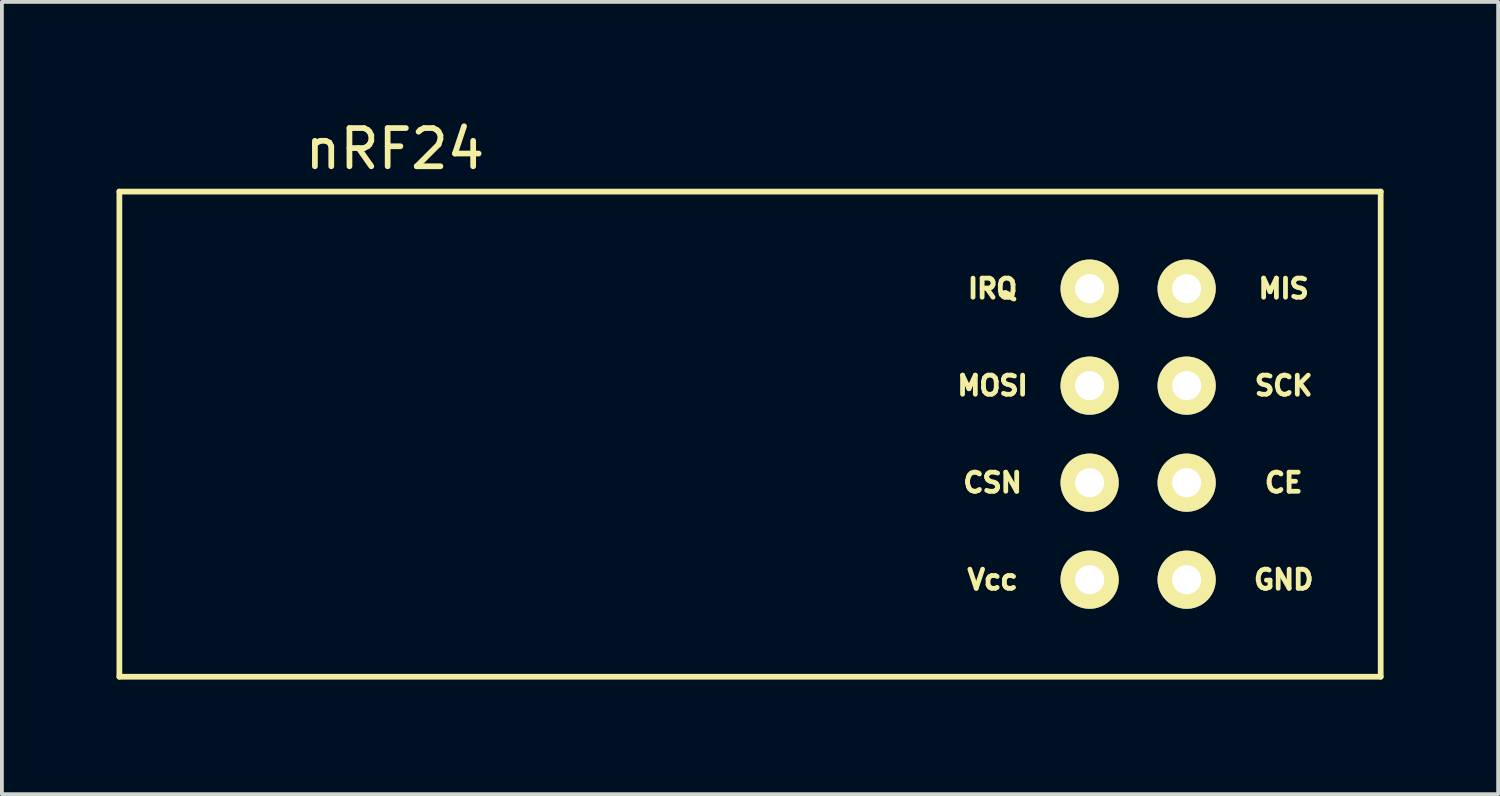
<source format=kicad_pcb>
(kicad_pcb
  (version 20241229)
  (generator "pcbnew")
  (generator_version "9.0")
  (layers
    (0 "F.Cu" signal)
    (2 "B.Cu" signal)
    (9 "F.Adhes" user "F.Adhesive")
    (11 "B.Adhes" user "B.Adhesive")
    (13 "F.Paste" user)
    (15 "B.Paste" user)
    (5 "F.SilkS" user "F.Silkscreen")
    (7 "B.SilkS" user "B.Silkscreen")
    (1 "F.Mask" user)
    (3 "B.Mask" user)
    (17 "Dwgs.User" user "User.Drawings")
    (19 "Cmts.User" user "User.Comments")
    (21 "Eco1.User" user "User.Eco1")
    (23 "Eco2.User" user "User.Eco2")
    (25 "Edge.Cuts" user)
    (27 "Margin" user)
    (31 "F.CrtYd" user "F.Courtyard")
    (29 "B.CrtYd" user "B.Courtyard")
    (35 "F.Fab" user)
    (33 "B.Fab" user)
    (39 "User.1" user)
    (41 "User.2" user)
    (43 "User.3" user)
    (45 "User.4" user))
  (footprint "nRF24"
    (layer "F.Cu")
    (at 20.395 9.586)
    (property "Reference" "nRF24" (at -13.106 -8.738 0) (layer "F.SilkS") (effects (font (size 1 1) (thickness 0.15))))
    (attr through_hole)
    (fp_line (start -20.32 -7.62) (end 12.7 -7.62) (stroke (width 0.15) (type solid)) (layer "F.SilkS"))
    (fp_line (start -20.32 5.08) (end -20.32 -7.62) (stroke (width 0.15) (type solid)) (layer "F.SilkS"))
    (fp_line (start 12.7 -7.62) (end 12.7 5.08) (stroke (width 0.15) (type solid)) (layer "F.SilkS"))
    (fp_line (start 12.7 5.08) (end -20.32 5.08) (stroke (width 0.15) (type solid)) (layer "F.SilkS"))
    (fp_text user "MIS" (at 10.16 -5.08 0) (layer "F.SilkS") (effects (font (size 0.5 0.5) (thickness 0.125))))
    (fp_text user "MOSI" (at 2.54 -2.54 0) (layer "F.SilkS") (effects (font (size 0.5 0.5) (thickness 0.125))))
    (fp_text user "CE" (at 10.16 0 0) (layer "F.SilkS") (effects (font (size 0.5 0.5) (thickness 0.125))))
    (fp_text user "IRQ" (at 2.54 -5.08 0) (layer "F.SilkS") (effects (font (size 0.5 0.5) (thickness 0.125))))
    (fp_text user "CSN" (at 2.54 0 0) (layer "F.SilkS") (effects (font (size 0.5 0.5) (thickness 0.125))))
    (fp_text user "SCK" (at 10.16 -2.54 0) (layer "F.SilkS") (effects (font (size 0.5 0.5) (thickness 0.125))))
    (fp_text user "Vcc" (at 2.54 2.54 0) (layer "F.SilkS") (effects (font (size 0.5 0.5) (thickness 0.125))))
    (fp_text user "GND" (at 10.16 2.54 0) (layer "F.SilkS") (effects (font (size 0.5 0.5) (thickness 0.125))))
    (pad "0" thru_hole circle (at 7.62 2.54) (size 1.524 1.524) (drill 0.762) (layers "*.Cu" "*.Mask" "F.SilkS"))
    (pad "1" thru_hole circle (at 7.62 0) (size 1.524 1.524) (drill 0.762) (layers "*.Cu" "*.Mask" "F.SilkS"))
    (pad "2" thru_hole circle (at 7.62 -2.54) (size 1.524 1.524) (drill 0.762) (layers "*.Cu" "*.Mask" "F.SilkS"))
    (pad "3" thru_hole circle (at 7.62 -5.08) (size 1.524 1.524) (drill 0.762) (layers "*.Cu" "*.Mask" "F.SilkS"))
    (pad "4" thru_hole circle (at 5.08 -5.08) (size 1.524 1.524) (drill 0.762) (layers "*.Cu" "*.Mask" "F.SilkS"))
    (pad "5" thru_hole circle (at 5.08 -2.54) (size 1.524 1.524) (drill 0.762) (layers "*.Cu" "*.Mask" "F.SilkS"))
    (pad "6" thru_hole circle (at 5.08 0) (size 1.524 1.524) (drill 0.762) (layers "*.Cu" "*.Mask" "F.SilkS"))
    (pad "7" thru_hole circle (at 5.08 2.54) (size 1.524 1.524) (drill 0.762) (layers "*.Cu" "*.Mask" "F.SilkS")))
  (gr_rect
    (start -3 -3)
    (end 36.17 17.741)
    (stroke (width 0.1) (type default))
    (fill no)
    (layer "Edge.Cuts")))
</source>
